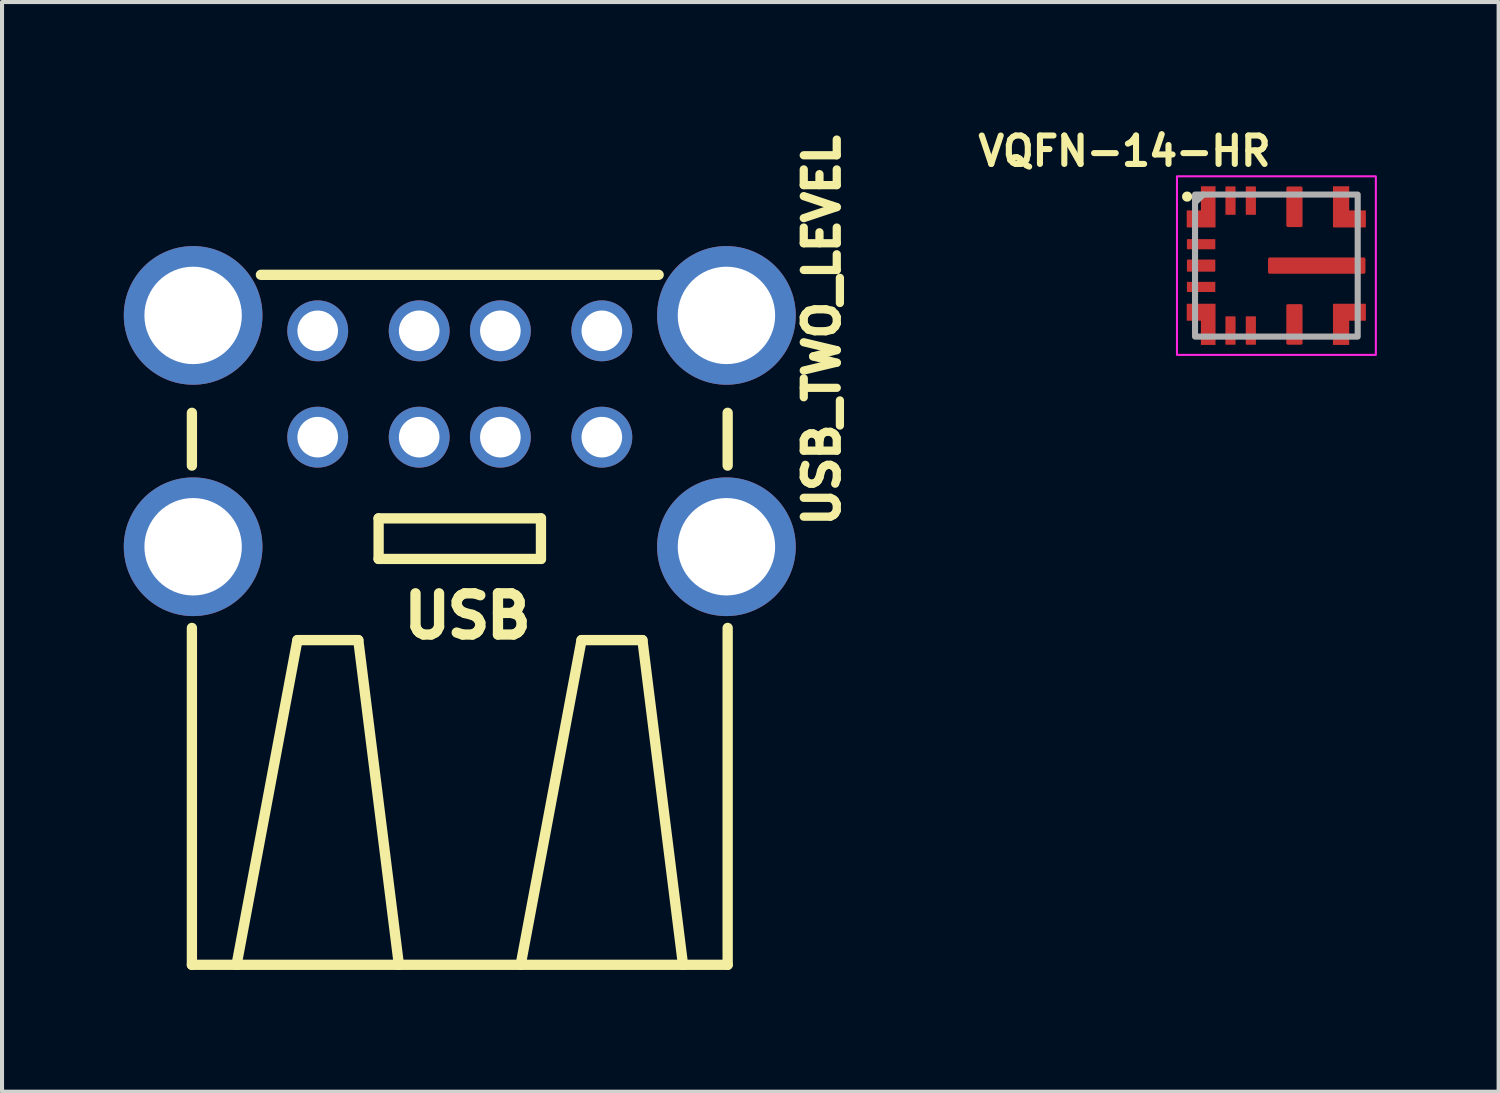
<source format=kicad_pcb>
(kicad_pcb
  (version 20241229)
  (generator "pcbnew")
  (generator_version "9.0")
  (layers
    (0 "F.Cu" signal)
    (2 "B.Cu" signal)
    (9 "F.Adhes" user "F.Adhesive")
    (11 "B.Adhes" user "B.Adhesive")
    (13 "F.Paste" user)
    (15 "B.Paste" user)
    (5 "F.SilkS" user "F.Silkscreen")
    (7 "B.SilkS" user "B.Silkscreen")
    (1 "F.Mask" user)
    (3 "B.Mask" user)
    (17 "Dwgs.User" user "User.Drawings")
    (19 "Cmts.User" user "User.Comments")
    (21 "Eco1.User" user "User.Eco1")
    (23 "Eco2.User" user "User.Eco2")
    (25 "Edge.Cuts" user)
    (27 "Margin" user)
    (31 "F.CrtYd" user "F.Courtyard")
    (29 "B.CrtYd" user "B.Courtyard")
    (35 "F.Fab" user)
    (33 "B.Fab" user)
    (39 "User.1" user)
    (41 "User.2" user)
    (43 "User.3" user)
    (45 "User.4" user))
  (footprint "USB_TWO_LEVEL"
    (layer "F.Cu")
    (at 8.278 7.721)
    (property "Reference" "USB_TWO_LEVEL" (at 9.398 2.286 90) (unlocked yes) (layer "F.SilkS") (effects (font (size 0.813 0.813) (thickness 0.203)) (justify left bottom)))
    (fp_line (start -6.6 -0.6) (end -6.6 0.7) (stroke (width 0.254) (type solid)) (layer "F.SilkS"))
    (fp_line (start -6.6 4.7) (end -6.6 13) (stroke (width 0.254) (type solid)) (layer "F.SilkS"))
    (fp_line (start -6.6 13) (end -5.5 13) (stroke (width 0.254) (type solid)) (layer "F.SilkS"))
    (fp_line (start -5.5 13) (end -4 5) (stroke (width 0.254) (type solid)) (layer "F.SilkS"))
    (fp_line (start -5.5 13) (end -1.5 13) (stroke (width 0.254) (type solid)) (layer "F.SilkS"))
    (fp_line (start -4 5) (end -2.5 5) (stroke (width 0.254) (type solid)) (layer "F.SilkS"))
    (fp_line (start -2.5 5) (end -1.5 13) (stroke (width 0.254) (type solid)) (layer "F.SilkS"))
    (fp_line (start -2 2) (end -2 3) (stroke (width 0.254) (type solid)) (layer "F.SilkS"))
    (fp_line (start -2 3) (end 2 3) (stroke (width 0.254) (type solid)) (layer "F.SilkS"))
    (fp_line (start -1.5 13) (end 6.6 13) (stroke (width 0.254) (type solid)) (layer "F.SilkS"))
    (fp_line (start 1.5 13) (end 3 5) (stroke (width 0.254) (type solid)) (layer "F.SilkS"))
    (fp_line (start 2 2) (end -2 2) (stroke (width 0.254) (type solid)) (layer "F.SilkS"))
    (fp_line (start 2 3) (end 2 2) (stroke (width 0.254) (type solid)) (layer "F.SilkS"))
    (fp_line (start 3 5) (end 4.5 5) (stroke (width 0.254) (type solid)) (layer "F.SilkS"))
    (fp_line (start 4.5 5) (end 5.5 13) (stroke (width 0.254) (type solid)) (layer "F.SilkS"))
    (fp_line (start 4.9 -4) (end -4.9 -4) (stroke (width 0.254) (type solid)) (layer "F.SilkS"))
    (fp_line (start 6.6 0.7) (end 6.6 -0.6) (stroke (width 0.254) (type solid)) (layer "F.SilkS"))
    (fp_line (start 6.6 13) (end 6.6 4.7) (stroke (width 0.254) (type solid)) (layer "F.SilkS"))
    (fp_text user "USB" (at -1.5 5 0) (layer "F.SilkS") (effects (font (size 1.016 1.016) (thickness 0.254)) (justify left bottom)))
    (pad "1.1" thru_hole circle (at -3.5 -2.62) (size 1.5 1.5) (drill 1) (layers "*.Cu" "*.Mask"))
    (pad "1.2" thru_hole circle (at -1 -2.62) (size 1.5 1.5) (drill 1) (layers "*.Cu" "*.Mask"))
    (pad "1.3" thru_hole circle (at 1 -2.62) (size 1.5 1.5) (drill 1) (layers "*.Cu" "*.Mask"))
    (pad "1.4" thru_hole circle (at 3.5 -2.62) (size 1.5 1.5) (drill 1) (layers "*.Cu" "*.Mask"))
    (pad "2.1" thru_hole circle (at -3.5 0) (size 1.5 1.5) (drill 1) (layers "*.Cu" "*.Mask"))
    (pad "2.2" thru_hole circle (at -1 0) (size 1.5 1.5) (drill 1) (layers "*.Cu" "*.Mask"))
    (pad "2.3" thru_hole circle (at 1 0) (size 1.5 1.5) (drill 1) (layers "*.Cu" "*.Mask"))
    (pad "2.4" thru_hole circle (at 3.5 0) (size 1.5 1.5) (drill 1) (layers "*.Cu" "*.Mask"))
    (pad "GND1" thru_hole circle (at -6.57 2.7) (size 3.416 3.416) (drill 2.4) (layers "*.Cu" "*.Mask"))
    (pad "GND2" thru_hole circle (at 6.57 2.7) (size 3.416 3.416) (drill 2.4) (layers "*.Cu" "*.Mask"))
    (pad "GND3" thru_hole circle (at 6.57 -3) (size 3.416 3.416) (drill 2.4) (layers "*.Cu" "*.Mask"))
    (pad "GND4" thru_hole circle (at -6.57 -3) (size 3.416 3.416) (drill 2.4) (layers "*.Cu" "*.Mask")))
  (footprint "VQFN-14-HR"
    (layer "F.Cu")
    (at 28.398 3.494)
    (property "Reference" "VQFN-14-HR" (at -3.742 -2.821 0) (layer "F.SilkS") (effects (font (size 0.7 0.7) (thickness 0.15))))
    (attr smd)
    (fp_circle (center -2.2 -1.7) (end -2.15 -1.7) (stroke (width 0.15) (type solid)) (fill yes) (layer "F.SilkS"))
    (fp_rect (start -0.136 -0.124) (end 0.804 0.13) (stroke (width 0.12) (type solid)) (fill yes) (layer "F.Paste"))
    (fp_rect (start 1.175 -0.127) (end 2.113 0.125) (stroke (width 0.12) (type solid)) (fill yes) (layer "F.Paste"))
    (fp_rect (start -2.45 -2.2) (end 2.45 2.2) (stroke (width 0.05) (type solid)) (fill no) (layer "F.CrtYd"))
    (fp_line (start -1.805 -1.75) (end -2.005 -1.551) (stroke (width 0.15) (type solid)) (layer "F.Fab"))
    (fp_rect (start 2.003 -1.75) (end -2.005 1.749) (stroke (width 0.15) (type solid)) (fill no) (layer "F.Fab"))
    (fp_rect (start -2.005 -1.75) (end 1.995 1.749) (stroke (width 0.1) (type solid)) (fill no) (layer "User.5"))
    (fp_rect (start 2.003 -1.75) (end -2.005 1.749) (stroke (width 0.1) (type solid)) (fill no) (layer "User.5"))
    (fp_line (start -2.005 -1.75) (end -2.005 1.749) (stroke (width 0.02) (type solid)) (layer "User.9"))
    (fp_line (start -2.005 1.749) (end 1.995 1.749) (stroke (width 0.02) (type solid)) (layer "User.9"))
    (fp_line (start 1.995 -1.75) (end -2.005 -1.75) (stroke (width 0.02) (type solid)) (layer "User.9"))
    (fp_line (start 1.995 1.749) (end 1.995 -1.75) (stroke (width 0.02) (type solid)) (layer "User.9"))
    (pad "1" smd custom (at -1.68 -1.45) (size 0.36 1.01) (layers "F.Cu" "F.Mask" "F.Paste") (options (anchor rect)) (primitives (gr_poly (pts (xy 0.17 0.5) (xy -0.52 0.5) (xy -0.52 0.1) (xy 0.17 0.1)) (width 0.02) (fill yes))))
    (pad "2" smd roundrect (at -1.855 -0.527) (size 0.7 0.25) (layers "F.Cu" "F.Mask" "F.Paste") (roundrect_rratio 0.06))
    (pad "3" smd roundrect (at -1.855 0) (size 0.7 0.3) (layers "F.Cu" "F.Mask" "F.Paste") (roundrect_rratio 0.07))
    (pad "4" smd roundrect (at -1.855 0.525) (size 0.7 0.25) (layers "F.Cu" "F.Mask" "F.Paste") (roundrect_rratio 0.06))
    (pad "5" smd custom (at -1.68 1.449 180) (size 0.36 1.01) (layers "F.Cu" "F.Mask" "F.Paste") (options (anchor rect)) (primitives (gr_poly (pts (xy -0.17 0.5) (xy 0.52 0.5) (xy 0.52 0.1) (xy -0.17 0.1)) (width 0.02) (fill yes))))
    (pad "6" smd roundrect (at -1.131 1.6 90) (size 0.7 0.25) (layers "F.Cu" "F.Mask" "F.Paste") (roundrect_rratio 0.06))
    (pad "7" smd roundrect (at -0.63 1.6 90) (size 0.7 0.25) (layers "F.Cu" "F.Mask" "F.Paste") (roundrect_rratio 0.06))
    (pad "8" smd roundrect (at 0.444 1.449 90) (size 1 0.4) (layers "F.Cu" "F.Mask" "F.Paste") (roundrect_rratio 0.1))
    (pad "9" smd custom (at 1.594 1.449 180) (size 0.4 1.01) (layers "F.Cu" "F.Mask" "F.Paste") (options (anchor rect)) (primitives (gr_poly (pts (xy 0.17 0.5) (xy -0.6 0.5) (xy -0.6 0.1) (xy 0.17 0.1)) (width 0.02) (fill yes))))
    (pad "10" smd roundrect (at 0.994 0) (size 2.4 0.4) (layers "F.Cu" "F.Mask") (roundrect_rratio 0.1))
    (pad "11" smd custom (at 1.594 -1.45) (size 0.4 1.01) (layers "F.Cu" "F.Mask" "F.Paste") (options (anchor rect)) (primitives (gr_poly (pts (xy -0.17 0.5) (xy 0.6 0.5) (xy 0.6 0.1) (xy -0.17 0.1)) (width 0.02) (fill yes))))
    (pad "12" smd roundrect (at 0.444 -1.45 90) (size 1 0.4) (layers "F.Cu" "F.Mask" "F.Paste") (roundrect_rratio 0.1))
    (pad "13" smd roundrect (at -0.63 -1.601 90) (size 0.7 0.25) (layers "F.Cu" "F.Mask" "F.Paste") (roundrect_rratio 0.06))
    (pad "14" smd roundrect (at -1.131 -1.601 90) (size 0.7 0.25) (layers "F.Cu" "F.Mask" "F.Paste") (roundrect_rratio 0.06)))
  (gr_rect
    (start -3 -3)
    (end 33.873 23.848)
    (stroke (width 0.1) (type default))
    (fill no)
    (layer "Edge.Cuts")))
</source>
